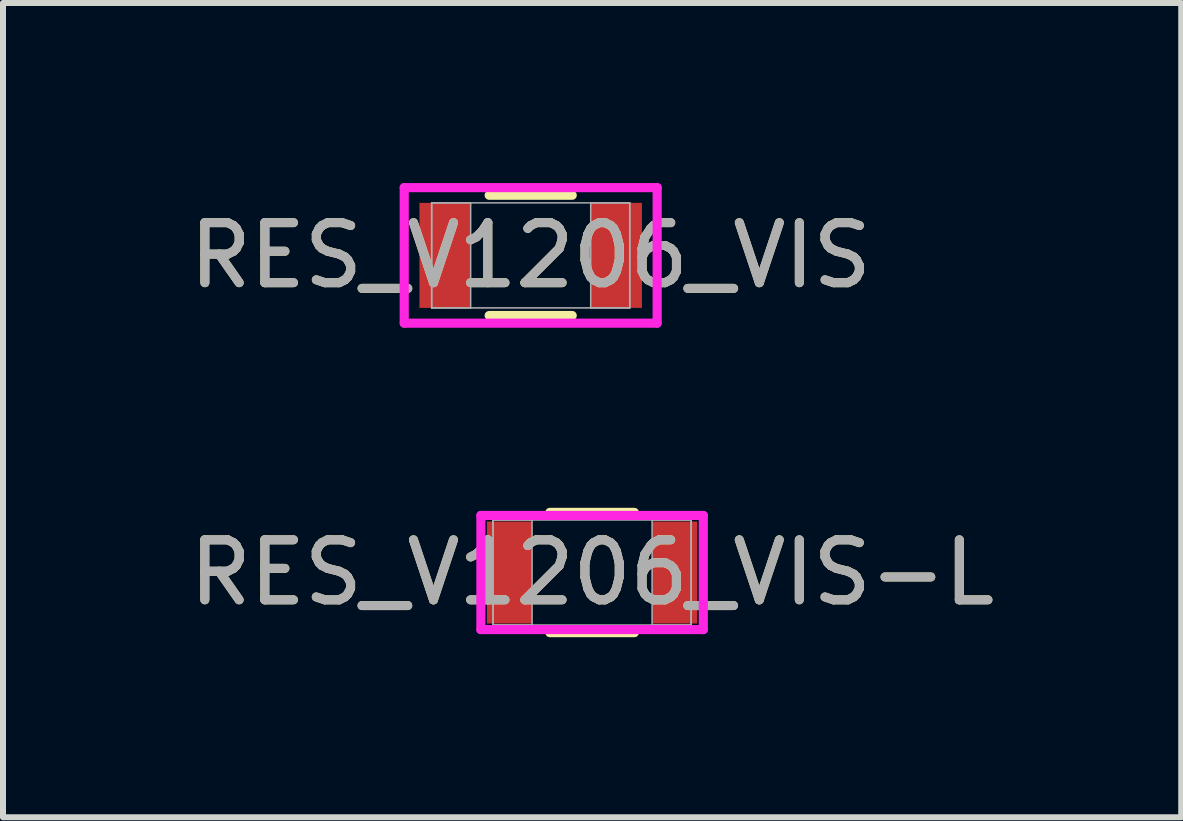
<source format=kicad_pcb>
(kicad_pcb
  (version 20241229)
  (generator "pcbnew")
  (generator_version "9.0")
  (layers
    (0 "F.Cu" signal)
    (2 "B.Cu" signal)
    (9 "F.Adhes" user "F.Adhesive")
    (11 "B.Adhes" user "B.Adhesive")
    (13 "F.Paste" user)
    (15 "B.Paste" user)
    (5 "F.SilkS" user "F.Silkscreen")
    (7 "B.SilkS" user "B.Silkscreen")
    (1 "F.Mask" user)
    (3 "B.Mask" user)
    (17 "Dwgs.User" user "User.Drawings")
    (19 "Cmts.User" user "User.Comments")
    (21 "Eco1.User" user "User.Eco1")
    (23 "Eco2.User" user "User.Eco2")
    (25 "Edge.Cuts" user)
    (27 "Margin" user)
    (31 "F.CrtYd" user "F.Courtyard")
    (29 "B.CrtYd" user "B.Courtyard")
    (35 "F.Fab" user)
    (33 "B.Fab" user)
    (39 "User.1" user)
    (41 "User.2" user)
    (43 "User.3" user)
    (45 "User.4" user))
  (footprint "RES_V1206_VIS-L"
    (layer "F.Cu")
    (at 6.815 6.489)
    (property "Reference" "RES_V1206_VIS-L" (at 0 0 0) (unlocked yes) (layer "F.SilkS") (effects (font (size 1 1) (thickness 0.15))))
    (attr smd)
    (fp_line (start -0.704 1.002) (end 0.704 1.002) (stroke (width 0.152) (type solid)) (layer "F.SilkS"))
    (fp_line (start 0.704 -1.002) (end -0.704 -1.002) (stroke (width 0.152) (type solid)) (layer "F.SilkS"))
    (fp_line (start -1.853 -0.951) (end 1.853 -0.951) (stroke (width 0.152) (type solid)) (layer "F.CrtYd"))
    (fp_line (start -1.853 0.951) (end -1.853 -0.951) (stroke (width 0.152) (type solid)) (layer "F.CrtYd"))
    (fp_line (start 1.853 -0.951) (end 1.853 0.951) (stroke (width 0.152) (type solid)) (layer "F.CrtYd"))
    (fp_line (start 1.853 0.951) (end -1.853 0.951) (stroke (width 0.152) (type solid)) (layer "F.CrtYd"))
    (fp_line (start -1.65 -0.875) (end -1.65 0.875) (stroke (width 0.025) (type solid)) (layer "F.Fab"))
    (fp_line (start -1.65 -0.875) (end -1.65 0.875) (stroke (width 0.025) (type solid)) (layer "F.Fab"))
    (fp_line (start -1.65 0.875) (end -1 0.875) (stroke (width 0.025) (type solid)) (layer "F.Fab"))
    (fp_line (start -1.65 0.875) (end 1.65 0.875) (stroke (width 0.025) (type solid)) (layer "F.Fab"))
    (fp_line (start -1 -0.875) (end -1.65 -0.875) (stroke (width 0.025) (type solid)) (layer "F.Fab"))
    (fp_line (start -1 0.875) (end -1 -0.875) (stroke (width 0.025) (type solid)) (layer "F.Fab"))
    (fp_line (start 1 -0.875) (end 1 0.875) (stroke (width 0.025) (type solid)) (layer "F.Fab"))
    (fp_line (start 1 0.875) (end 1.65 0.875) (stroke (width 0.025) (type solid)) (layer "F.Fab"))
    (fp_line (start 1.65 -0.875) (end -1.65 -0.875) (stroke (width 0.025) (type solid)) (layer "F.Fab"))
    (fp_line (start 1.65 -0.875) (end 1 -0.875) (stroke (width 0.025) (type solid)) (layer "F.Fab"))
    (fp_line (start 1.65 0.875) (end 1.65 -0.875) (stroke (width 0.025) (type solid)) (layer "F.Fab"))
    (fp_line (start 1.65 0.875) (end 1.65 -0.875) (stroke (width 0.025) (type solid)) (layer "F.Fab"))
    (fp_text user "${REFERENCE}" (at 0 0 0) (unlocked yes) (layer "F.Fab") (effects (font (size 1 1) (thickness 0.15))))
    (pad "1" smd rect (at -1.376 0) (size 0.752 1.699) (layers "F.Cu" "F.Mask" "F.Paste"))
    (pad "2" smd rect (at 1.376 0) (size 0.752 1.699) (layers "F.Cu" "F.Mask" "F.Paste"))
    (zone (net_name "") (layer "F.Cu") (hatch full 0.508) (connect_pads) (min_thickness 0.254) (filled_areas_thickness no) (keepout (tracks not_allowed) (vias not_allowed) (pads allowed) (copperpour not_allowed) (footprints allowed)) (placement (enabled no)) (fill) (polygon (pts (xy 5.866 5.664) (xy 7.765 5.664) (xy 7.765 7.313) (xy 5.866 7.313)))))
  (footprint "RES_V1206_VIS"
    (layer "F.Cu")
    (at 5.792 1.205)
    (property "Reference" "RES_V1206_VIS" (at 0 0 0) (unlocked yes) (layer "F.SilkS") (effects (font (size 1 1) (thickness 0.15))))
    (attr smd)
    (fp_line (start -0.692 1.002) (end 0.692 1.002) (stroke (width 0.152) (type solid)) (layer "F.SilkS"))
    (fp_line (start 0.692 -1.002) (end -0.692 -1.002) (stroke (width 0.152) (type solid)) (layer "F.SilkS"))
    (fp_line (start -2.107 -1.129) (end 2.107 -1.129) (stroke (width 0.152) (type solid)) (layer "F.CrtYd"))
    (fp_line (start -2.107 1.129) (end -2.107 -1.129) (stroke (width 0.152) (type solid)) (layer "F.CrtYd"))
    (fp_line (start 2.107 -1.129) (end 2.107 1.129) (stroke (width 0.152) (type solid)) (layer "F.CrtYd"))
    (fp_line (start 2.107 1.129) (end -2.107 1.129) (stroke (width 0.152) (type solid)) (layer "F.CrtYd"))
    (fp_line (start -1.65 -0.875) (end -1.65 0.875) (stroke (width 0.025) (type solid)) (layer "F.Fab"))
    (fp_line (start -1.65 -0.875) (end -1.65 0.875) (stroke (width 0.025) (type solid)) (layer "F.Fab"))
    (fp_line (start -1.65 0.875) (end -1 0.875) (stroke (width 0.025) (type solid)) (layer "F.Fab"))
    (fp_line (start -1.65 0.875) (end 1.65 0.875) (stroke (width 0.025) (type solid)) (layer "F.Fab"))
    (fp_line (start -1 -0.875) (end -1.65 -0.875) (stroke (width 0.025) (type solid)) (layer "F.Fab"))
    (fp_line (start -1 0.875) (end -1 -0.875) (stroke (width 0.025) (type solid)) (layer "F.Fab"))
    (fp_line (start 1 -0.875) (end 1 0.875) (stroke (width 0.025) (type solid)) (layer "F.Fab"))
    (fp_line (start 1 0.875) (end 1.65 0.875) (stroke (width 0.025) (type solid)) (layer "F.Fab"))
    (fp_line (start 1.65 -0.875) (end -1.65 -0.875) (stroke (width 0.025) (type solid)) (layer "F.Fab"))
    (fp_line (start 1.65 -0.875) (end 1 -0.875) (stroke (width 0.025) (type solid)) (layer "F.Fab"))
    (fp_line (start 1.65 0.875) (end 1.65 -0.875) (stroke (width 0.025) (type solid)) (layer "F.Fab"))
    (fp_line (start 1.65 0.875) (end 1.65 -0.875) (stroke (width 0.025) (type solid)) (layer "F.Fab"))
    (fp_text user "${REFERENCE}" (at 0 0 0) (unlocked yes) (layer "F.Fab") (effects (font (size 1 1) (thickness 0.15))))
    (pad "1" smd rect (at -1.427 0) (size 0.853 1.75) (layers "F.Cu" "F.Mask" "F.Paste"))
    (pad "2" smd rect (at 1.427 0) (size 0.853 1.75) (layers "F.Cu" "F.Mask" "F.Paste"))
    (zone (net_name "") (layer "F.Cu") (hatch full 0.508) (connect_pads) (min_thickness 0.254) (filled_areas_thickness no) (keepout (tracks not_allowed) (vias not_allowed) (pads allowed) (copperpour not_allowed) (footprints allowed)) (placement (enabled no)) (fill) (polygon (pts (xy 4.842 0.381) (xy 6.741 0.381) (xy 6.741 2.029) (xy 4.842 2.029)))))
  (gr_rect
    (start -3 -3)
    (end 16.631 10.567)
    (stroke (width 0.1) (type default))
    (fill no)
    (layer "Edge.Cuts")))
</source>
